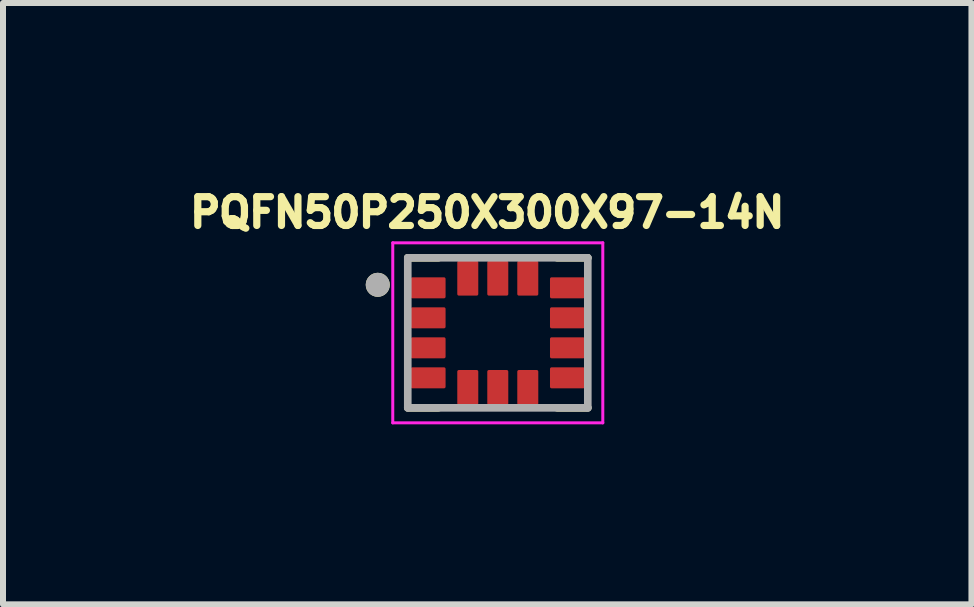
<source format=kicad_pcb>
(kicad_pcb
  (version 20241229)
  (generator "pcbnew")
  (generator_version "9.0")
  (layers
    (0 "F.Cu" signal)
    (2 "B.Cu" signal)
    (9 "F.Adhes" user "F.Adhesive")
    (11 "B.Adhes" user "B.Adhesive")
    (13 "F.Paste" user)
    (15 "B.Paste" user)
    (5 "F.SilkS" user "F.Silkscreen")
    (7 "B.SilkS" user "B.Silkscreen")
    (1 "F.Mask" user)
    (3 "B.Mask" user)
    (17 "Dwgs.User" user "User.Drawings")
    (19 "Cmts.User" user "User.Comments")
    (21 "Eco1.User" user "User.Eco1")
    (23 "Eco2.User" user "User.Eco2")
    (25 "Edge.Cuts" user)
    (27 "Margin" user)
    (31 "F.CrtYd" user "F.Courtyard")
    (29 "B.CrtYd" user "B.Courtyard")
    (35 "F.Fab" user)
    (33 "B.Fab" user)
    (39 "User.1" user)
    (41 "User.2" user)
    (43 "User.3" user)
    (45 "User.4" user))
  (footprint "PQFN50P250X300X97-14N"
    (layer "F.Cu")
    (at 5.245 2.496)
    (property "Reference" "PQFN50P250X300X97-14N" (at -0.176 -2.005 0) (layer "F.SilkS") (effects (font (size 0.48 0.48) (thickness 0.12))))
    (attr smd)
    (fp_poly (pts (xy -1.425 -0.975) (xy -0.895 -0.975) (xy -0.891 -0.975) (xy -0.887 -0.975) (xy -0.883 -0.974) (xy -0.879 -0.973) (xy -0.876 -0.972) (xy -0.872 -0.971) (xy -0.868 -0.97) (xy -0.864 -0.969) (xy -0.861 -0.967) (xy -0.857 -0.965) (xy -0.854 -0.963) (xy -0.851 -0.961) (xy -0.848 -0.958) (xy -0.845 -0.956) (xy -0.842 -0.953) (xy -0.839 -0.95) (xy -0.837 -0.947) (xy -0.834 -0.944) (xy -0.832 -0.941) (xy -0.83 -0.937) (xy -0.828 -0.934) (xy -0.826 -0.931) (xy -0.825 -0.927) (xy -0.824 -0.923) (xy -0.823 -0.919) (xy -0.822 -0.916) (xy -0.821 -0.912) (xy -0.82 -0.908) (xy -0.82 -0.904) (xy -0.82 -0.9) (xy -0.82 -0.6) (xy -0.82 -0.596) (xy -0.82 -0.592) (xy -0.821 -0.588) (xy -0.822 -0.584) (xy -0.823 -0.581) (xy -0.824 -0.577) (xy -0.825 -0.573) (xy -0.826 -0.569) (xy -0.828 -0.566) (xy -0.83 -0.563) (xy -0.832 -0.559) (xy -0.834 -0.556) (xy -0.837 -0.553) (xy -0.839 -0.55) (xy -0.842 -0.547) (xy -0.845 -0.544) (xy -0.848 -0.542) (xy -0.851 -0.539) (xy -0.854 -0.537) (xy -0.857 -0.535) (xy -0.861 -0.533) (xy -0.864 -0.531) (xy -0.868 -0.53) (xy -0.872 -0.529) (xy -0.876 -0.528) (xy -0.879 -0.527) (xy -0.883 -0.526) (xy -0.887 -0.525) (xy -0.891 -0.525) (xy -0.895 -0.525) (xy -1.425 -0.525) (xy -1.429 -0.525) (xy -1.433 -0.525) (xy -1.437 -0.526) (xy -1.441 -0.527) (xy -1.444 -0.528) (xy -1.448 -0.529) (xy -1.452 -0.53) (xy -1.456 -0.531) (xy -1.459 -0.533) (xy -1.462 -0.535) (xy -1.466 -0.537) (xy -1.469 -0.539) (xy -1.472 -0.542) (xy -1.475 -0.544) (xy -1.478 -0.547) (xy -1.481 -0.55) (xy -1.483 -0.553) (xy -1.486 -0.556) (xy -1.488 -0.559) (xy -1.49 -0.563) (xy -1.492 -0.566) (xy -1.494 -0.569) (xy -1.495 -0.573) (xy -1.496 -0.577) (xy -1.497 -0.581) (xy -1.498 -0.584) (xy -1.499 -0.588) (xy -1.5 -0.592) (xy -1.5 -0.596) (xy -1.5 -0.6) (xy -1.5 -0.9) (xy -1.5 -0.904) (xy -1.5 -0.908) (xy -1.499 -0.912) (xy -1.498 -0.916) (xy -1.497 -0.919) (xy -1.496 -0.923) (xy -1.495 -0.927) (xy -1.494 -0.931) (xy -1.492 -0.934) (xy -1.49 -0.938) (xy -1.488 -0.941) (xy -1.486 -0.944) (xy -1.483 -0.947) (xy -1.481 -0.95) (xy -1.478 -0.953) (xy -1.475 -0.956) (xy -1.472 -0.958) (xy -1.469 -0.961) (xy -1.466 -0.963) (xy -1.462 -0.965) (xy -1.459 -0.967) (xy -1.456 -0.969) (xy -1.452 -0.97) (xy -1.448 -0.971) (xy -1.444 -0.972) (xy -1.441 -0.973) (xy -1.437 -0.974) (xy -1.433 -0.975) (xy -1.429 -0.975) (xy -1.425 -0.975)) (stroke (width 0.01) (type solid)) (fill yes) (layer "F.Mask"))
    (fp_poly (pts (xy -1.425 -0.475) (xy -0.895 -0.475) (xy -0.891 -0.475) (xy -0.887 -0.475) (xy -0.883 -0.474) (xy -0.879 -0.473) (xy -0.876 -0.472) (xy -0.872 -0.471) (xy -0.868 -0.47) (xy -0.864 -0.469) (xy -0.861 -0.467) (xy -0.857 -0.465) (xy -0.854 -0.463) (xy -0.851 -0.461) (xy -0.848 -0.458) (xy -0.845 -0.456) (xy -0.842 -0.453) (xy -0.839 -0.45) (xy -0.837 -0.447) (xy -0.834 -0.444) (xy -0.832 -0.441) (xy -0.83 -0.437) (xy -0.828 -0.434) (xy -0.826 -0.431) (xy -0.825 -0.427) (xy -0.824 -0.423) (xy -0.823 -0.419) (xy -0.822 -0.416) (xy -0.821 -0.412) (xy -0.82 -0.408) (xy -0.82 -0.404) (xy -0.82 -0.4) (xy -0.82 -0.1) (xy -0.82 -0.096) (xy -0.82 -0.092) (xy -0.821 -0.088) (xy -0.822 -0.084) (xy -0.823 -0.081) (xy -0.824 -0.077) (xy -0.825 -0.073) (xy -0.826 -0.069) (xy -0.828 -0.066) (xy -0.83 -0.063) (xy -0.832 -0.059) (xy -0.834 -0.056) (xy -0.837 -0.053) (xy -0.839 -0.05) (xy -0.842 -0.047) (xy -0.845 -0.044) (xy -0.848 -0.042) (xy -0.851 -0.039) (xy -0.854 -0.037) (xy -0.857 -0.035) (xy -0.861 -0.033) (xy -0.864 -0.031) (xy -0.868 -0.03) (xy -0.872 -0.029) (xy -0.876 -0.028) (xy -0.879 -0.027) (xy -0.883 -0.026) (xy -0.887 -0.025) (xy -0.891 -0.025) (xy -0.895 -0.025) (xy -1.425 -0.025) (xy -1.429 -0.025) (xy -1.433 -0.025) (xy -1.437 -0.026) (xy -1.441 -0.027) (xy -1.444 -0.028) (xy -1.448 -0.029) (xy -1.452 -0.03) (xy -1.456 -0.031) (xy -1.459 -0.033) (xy -1.462 -0.035) (xy -1.466 -0.037) (xy -1.469 -0.039) (xy -1.472 -0.042) (xy -1.475 -0.044) (xy -1.478 -0.047) (xy -1.481 -0.05) (xy -1.483 -0.053) (xy -1.486 -0.056) (xy -1.488 -0.059) (xy -1.49 -0.062) (xy -1.492 -0.066) (xy -1.494 -0.069) (xy -1.495 -0.073) (xy -1.496 -0.077) (xy -1.497 -0.081) (xy -1.498 -0.084) (xy -1.499 -0.088) (xy -1.5 -0.092) (xy -1.5 -0.096) (xy -1.5 -0.1) (xy -1.5 -0.4) (xy -1.5 -0.404) (xy -1.5 -0.408) (xy -1.499 -0.412) (xy -1.498 -0.416) (xy -1.497 -0.419) (xy -1.496 -0.423) (xy -1.495 -0.427) (xy -1.494 -0.431) (xy -1.492 -0.434) (xy -1.49 -0.438) (xy -1.488 -0.441) (xy -1.486 -0.444) (xy -1.483 -0.447) (xy -1.481 -0.45) (xy -1.478 -0.453) (xy -1.475 -0.456) (xy -1.472 -0.458) (xy -1.469 -0.461) (xy -1.466 -0.463) (xy -1.462 -0.465) (xy -1.459 -0.467) (xy -1.456 -0.469) (xy -1.452 -0.47) (xy -1.448 -0.471) (xy -1.444 -0.472) (xy -1.441 -0.473) (xy -1.437 -0.474) (xy -1.433 -0.475) (xy -1.429 -0.475) (xy -1.425 -0.475)) (stroke (width 0.01) (type solid)) (fill yes) (layer "F.Mask"))
    (fp_poly (pts (xy -1.425 0.025) (xy -0.895 0.025) (xy -0.891 0.025) (xy -0.887 0.025) (xy -0.883 0.026) (xy -0.879 0.027) (xy -0.876 0.028) (xy -0.872 0.029) (xy -0.868 0.03) (xy -0.864 0.031) (xy -0.861 0.033) (xy -0.857 0.035) (xy -0.854 0.037) (xy -0.851 0.039) (xy -0.848 0.042) (xy -0.845 0.044) (xy -0.842 0.047) (xy -0.839 0.05) (xy -0.837 0.053) (xy -0.834 0.056) (xy -0.832 0.059) (xy -0.83 0.063) (xy -0.828 0.066) (xy -0.826 0.069) (xy -0.825 0.073) (xy -0.824 0.077) (xy -0.823 0.081) (xy -0.822 0.084) (xy -0.821 0.088) (xy -0.82 0.092) (xy -0.82 0.096) (xy -0.82 0.1) (xy -0.82 0.4) (xy -0.82 0.404) (xy -0.82 0.408) (xy -0.821 0.412) (xy -0.822 0.416) (xy -0.823 0.419) (xy -0.824 0.423) (xy -0.825 0.427) (xy -0.826 0.431) (xy -0.828 0.434) (xy -0.83 0.437) (xy -0.832 0.441) (xy -0.834 0.444) (xy -0.837 0.447) (xy -0.839 0.45) (xy -0.842 0.453) (xy -0.845 0.456) (xy -0.848 0.458) (xy -0.851 0.461) (xy -0.854 0.463) (xy -0.857 0.465) (xy -0.861 0.467) (xy -0.864 0.469) (xy -0.868 0.47) (xy -0.872 0.471) (xy -0.876 0.472) (xy -0.879 0.473) (xy -0.883 0.474) (xy -0.887 0.475) (xy -0.891 0.475) (xy -0.895 0.475) (xy -1.425 0.475) (xy -1.429 0.475) (xy -1.433 0.475) (xy -1.437 0.474) (xy -1.441 0.473) (xy -1.444 0.472) (xy -1.448 0.471) (xy -1.452 0.47) (xy -1.456 0.469) (xy -1.459 0.467) (xy -1.462 0.465) (xy -1.466 0.463) (xy -1.469 0.461) (xy -1.472 0.458) (xy -1.475 0.456) (xy -1.478 0.453) (xy -1.481 0.45) (xy -1.483 0.447) (xy -1.486 0.444) (xy -1.488 0.441) (xy -1.49 0.438) (xy -1.492 0.434) (xy -1.494 0.431) (xy -1.495 0.427) (xy -1.496 0.423) (xy -1.497 0.419) (xy -1.498 0.416) (xy -1.499 0.412) (xy -1.5 0.408) (xy -1.5 0.404) (xy -1.5 0.4) (xy -1.5 0.1) (xy -1.5 0.096) (xy -1.5 0.092) (xy -1.499 0.088) (xy -1.498 0.084) (xy -1.497 0.081) (xy -1.496 0.077) (xy -1.495 0.073) (xy -1.494 0.069) (xy -1.492 0.066) (xy -1.49 0.062) (xy -1.488 0.059) (xy -1.486 0.056) (xy -1.483 0.053) (xy -1.481 0.05) (xy -1.478 0.047) (xy -1.475 0.044) (xy -1.472 0.042) (xy -1.469 0.039) (xy -1.466 0.037) (xy -1.462 0.035) (xy -1.459 0.033) (xy -1.456 0.031) (xy -1.452 0.03) (xy -1.448 0.029) (xy -1.444 0.028) (xy -1.441 0.027) (xy -1.437 0.026) (xy -1.433 0.025) (xy -1.429 0.025) (xy -1.425 0.025)) (stroke (width 0.01) (type solid)) (fill yes) (layer "F.Mask"))
    (fp_poly (pts (xy -1.425 0.525) (xy -0.895 0.525) (xy -0.891 0.525) (xy -0.887 0.525) (xy -0.883 0.526) (xy -0.879 0.527) (xy -0.876 0.528) (xy -0.872 0.529) (xy -0.868 0.53) (xy -0.864 0.531) (xy -0.861 0.533) (xy -0.857 0.535) (xy -0.854 0.537) (xy -0.851 0.539) (xy -0.848 0.542) (xy -0.845 0.544) (xy -0.842 0.547) (xy -0.839 0.55) (xy -0.837 0.553) (xy -0.834 0.556) (xy -0.832 0.559) (xy -0.83 0.563) (xy -0.828 0.566) (xy -0.826 0.569) (xy -0.825 0.573) (xy -0.824 0.577) (xy -0.823 0.581) (xy -0.822 0.584) (xy -0.821 0.588) (xy -0.82 0.592) (xy -0.82 0.596) (xy -0.82 0.6) (xy -0.82 0.9) (xy -0.82 0.904) (xy -0.82 0.908) (xy -0.821 0.912) (xy -0.822 0.916) (xy -0.823 0.919) (xy -0.824 0.923) (xy -0.825 0.927) (xy -0.826 0.931) (xy -0.828 0.934) (xy -0.83 0.937) (xy -0.832 0.941) (xy -0.834 0.944) (xy -0.837 0.947) (xy -0.839 0.95) (xy -0.842 0.953) (xy -0.845 0.956) (xy -0.848 0.958) (xy -0.851 0.961) (xy -0.854 0.963) (xy -0.857 0.965) (xy -0.861 0.967) (xy -0.864 0.969) (xy -0.868 0.97) (xy -0.872 0.971) (xy -0.876 0.972) (xy -0.879 0.973) (xy -0.883 0.974) (xy -0.887 0.975) (xy -0.891 0.975) (xy -0.895 0.975) (xy -1.425 0.975) (xy -1.429 0.975) (xy -1.433 0.975) (xy -1.437 0.974) (xy -1.441 0.973) (xy -1.444 0.972) (xy -1.448 0.971) (xy -1.452 0.97) (xy -1.456 0.969) (xy -1.459 0.967) (xy -1.462 0.965) (xy -1.466 0.963) (xy -1.469 0.961) (xy -1.472 0.958) (xy -1.475 0.956) (xy -1.478 0.953) (xy -1.481 0.95) (xy -1.483 0.947) (xy -1.486 0.944) (xy -1.488 0.941) (xy -1.49 0.938) (xy -1.492 0.934) (xy -1.494 0.931) (xy -1.495 0.927) (xy -1.496 0.923) (xy -1.497 0.919) (xy -1.498 0.916) (xy -1.499 0.912) (xy -1.5 0.908) (xy -1.5 0.904) (xy -1.5 0.9) (xy -1.5 0.6) (xy -1.5 0.596) (xy -1.5 0.592) (xy -1.499 0.588) (xy -1.498 0.584) (xy -1.497 0.581) (xy -1.496 0.577) (xy -1.495 0.573) (xy -1.494 0.569) (xy -1.492 0.566) (xy -1.49 0.563) (xy -1.488 0.559) (xy -1.486 0.556) (xy -1.483 0.553) (xy -1.481 0.55) (xy -1.478 0.547) (xy -1.475 0.544) (xy -1.472 0.542) (xy -1.469 0.539) (xy -1.466 0.537) (xy -1.462 0.535) (xy -1.459 0.533) (xy -1.456 0.531) (xy -1.452 0.53) (xy -1.448 0.529) (xy -1.444 0.528) (xy -1.441 0.527) (xy -1.437 0.526) (xy -1.433 0.525) (xy -1.429 0.525) (xy -1.425 0.525)) (stroke (width 0.01) (type solid)) (fill yes) (layer "F.Mask"))
    (fp_poly (pts (xy -0.725 -0.645) (xy -0.725 -1.175) (xy -0.725 -1.179) (xy -0.725 -1.183) (xy -0.724 -1.187) (xy -0.723 -1.191) (xy -0.722 -1.194) (xy -0.721 -1.198) (xy -0.72 -1.202) (xy -0.719 -1.206) (xy -0.717 -1.209) (xy -0.715 -1.212) (xy -0.713 -1.216) (xy -0.711 -1.219) (xy -0.708 -1.222) (xy -0.706 -1.225) (xy -0.703 -1.228) (xy -0.7 -1.231) (xy -0.697 -1.233) (xy -0.694 -1.236) (xy -0.691 -1.238) (xy -0.688 -1.24) (xy -0.684 -1.242) (xy -0.681 -1.244) (xy -0.677 -1.245) (xy -0.673 -1.246) (xy -0.669 -1.247) (xy -0.666 -1.248) (xy -0.662 -1.249) (xy -0.658 -1.25) (xy -0.654 -1.25) (xy -0.65 -1.25) (xy -0.35 -1.25) (xy -0.346 -1.25) (xy -0.342 -1.25) (xy -0.338 -1.249) (xy -0.334 -1.248) (xy -0.331 -1.247) (xy -0.327 -1.246) (xy -0.323 -1.245) (xy -0.319 -1.244) (xy -0.316 -1.242) (xy -0.313 -1.24) (xy -0.309 -1.238) (xy -0.306 -1.236) (xy -0.303 -1.233) (xy -0.3 -1.231) (xy -0.297 -1.228) (xy -0.294 -1.225) (xy -0.292 -1.222) (xy -0.289 -1.219) (xy -0.287 -1.216) (xy -0.285 -1.212) (xy -0.283 -1.209) (xy -0.281 -1.206) (xy -0.28 -1.202) (xy -0.279 -1.198) (xy -0.278 -1.194) (xy -0.277 -1.191) (xy -0.276 -1.187) (xy -0.275 -1.183) (xy -0.275 -1.179) (xy -0.275 -1.175) (xy -0.275 -0.645) (xy -0.275 -0.641) (xy -0.275 -0.637) (xy -0.276 -0.633) (xy -0.277 -0.629) (xy -0.278 -0.626) (xy -0.279 -0.622) (xy -0.28 -0.618) (xy -0.281 -0.614) (xy -0.283 -0.611) (xy -0.285 -0.607) (xy -0.287 -0.604) (xy -0.289 -0.601) (xy -0.292 -0.598) (xy -0.294 -0.595) (xy -0.297 -0.592) (xy -0.3 -0.589) (xy -0.303 -0.587) (xy -0.306 -0.584) (xy -0.309 -0.582) (xy -0.313 -0.58) (xy -0.316 -0.578) (xy -0.319 -0.576) (xy -0.323 -0.575) (xy -0.327 -0.574) (xy -0.331 -0.573) (xy -0.334 -0.572) (xy -0.338 -0.571) (xy -0.342 -0.57) (xy -0.346 -0.57) (xy -0.35 -0.57) (xy -0.65 -0.57) (xy -0.654 -0.57) (xy -0.658 -0.57) (xy -0.662 -0.571) (xy -0.666 -0.572) (xy -0.669 -0.573) (xy -0.673 -0.574) (xy -0.677 -0.575) (xy -0.681 -0.576) (xy -0.684 -0.578) (xy -0.688 -0.58) (xy -0.691 -0.582) (xy -0.694 -0.584) (xy -0.697 -0.587) (xy -0.7 -0.589) (xy -0.703 -0.592) (xy -0.706 -0.595) (xy -0.708 -0.598) (xy -0.711 -0.601) (xy -0.713 -0.604) (xy -0.715 -0.607) (xy -0.717 -0.611) (xy -0.719 -0.614) (xy -0.72 -0.618) (xy -0.721 -0.622) (xy -0.722 -0.626) (xy -0.723 -0.629) (xy -0.724 -0.633) (xy -0.725 -0.637) (xy -0.725 -0.641) (xy -0.725 -0.645)) (stroke (width 0.01) (type solid)) (fill yes) (layer "F.Mask"))
    (fp_poly (pts (xy -0.275 0.645) (xy -0.275 1.175) (xy -0.275 1.179) (xy -0.275 1.183) (xy -0.276 1.187) (xy -0.277 1.191) (xy -0.278 1.194) (xy -0.279 1.198) (xy -0.28 1.202) (xy -0.281 1.206) (xy -0.283 1.209) (xy -0.285 1.212) (xy -0.287 1.216) (xy -0.289 1.219) (xy -0.292 1.222) (xy -0.294 1.225) (xy -0.297 1.228) (xy -0.3 1.231) (xy -0.303 1.233) (xy -0.306 1.236) (xy -0.309 1.238) (xy -0.313 1.24) (xy -0.316 1.242) (xy -0.319 1.244) (xy -0.323 1.245) (xy -0.327 1.246) (xy -0.331 1.247) (xy -0.334 1.248) (xy -0.338 1.249) (xy -0.342 1.25) (xy -0.346 1.25) (xy -0.35 1.25) (xy -0.65 1.25) (xy -0.654 1.25) (xy -0.658 1.25) (xy -0.662 1.249) (xy -0.666 1.248) (xy -0.669 1.247) (xy -0.673 1.246) (xy -0.677 1.245) (xy -0.681 1.244) (xy -0.684 1.242) (xy -0.688 1.24) (xy -0.691 1.238) (xy -0.694 1.236) (xy -0.697 1.233) (xy -0.7 1.231) (xy -0.703 1.228) (xy -0.706 1.225) (xy -0.708 1.222) (xy -0.711 1.219) (xy -0.713 1.216) (xy -0.715 1.212) (xy -0.717 1.209) (xy -0.719 1.206) (xy -0.72 1.202) (xy -0.721 1.198) (xy -0.722 1.194) (xy -0.723 1.191) (xy -0.724 1.187) (xy -0.725 1.183) (xy -0.725 1.179) (xy -0.725 1.175) (xy -0.725 0.645) (xy -0.725 0.641) (xy -0.725 0.637) (xy -0.724 0.633) (xy -0.723 0.629) (xy -0.722 0.626) (xy -0.721 0.622) (xy -0.72 0.618) (xy -0.719 0.614) (xy -0.717 0.611) (xy -0.715 0.607) (xy -0.713 0.604) (xy -0.711 0.601) (xy -0.708 0.598) (xy -0.706 0.595) (xy -0.703 0.592) (xy -0.7 0.589) (xy -0.697 0.587) (xy -0.694 0.584) (xy -0.691 0.582) (xy -0.687 0.58) (xy -0.684 0.578) (xy -0.681 0.576) (xy -0.677 0.575) (xy -0.673 0.574) (xy -0.669 0.573) (xy -0.666 0.572) (xy -0.662 0.571) (xy -0.658 0.57) (xy -0.654 0.57) (xy -0.65 0.57) (xy -0.35 0.57) (xy -0.346 0.57) (xy -0.342 0.57) (xy -0.338 0.571) (xy -0.334 0.572) (xy -0.331 0.573) (xy -0.327 0.574) (xy -0.323 0.575) (xy -0.319 0.576) (xy -0.316 0.578) (xy -0.313 0.58) (xy -0.309 0.582) (xy -0.306 0.584) (xy -0.303 0.587) (xy -0.3 0.589) (xy -0.297 0.592) (xy -0.294 0.595) (xy -0.292 0.598) (xy -0.289 0.601) (xy -0.287 0.604) (xy -0.285 0.607) (xy -0.283 0.611) (xy -0.281 0.614) (xy -0.28 0.618) (xy -0.279 0.622) (xy -0.278 0.626) (xy -0.277 0.629) (xy -0.276 0.633) (xy -0.275 0.637) (xy -0.275 0.641) (xy -0.275 0.645)) (stroke (width 0.01) (type solid)) (fill yes) (layer "F.Mask"))
    (fp_poly (pts (xy 0.15 -0.57) (xy -0.15 -0.57) (xy -0.154 -0.57) (xy -0.158 -0.57) (xy -0.162 -0.571) (xy -0.166 -0.572) (xy -0.169 -0.573) (xy -0.173 -0.574) (xy -0.177 -0.575) (xy -0.181 -0.576) (xy -0.184 -0.578) (xy -0.188 -0.58) (xy -0.191 -0.582) (xy -0.194 -0.584) (xy -0.197 -0.587) (xy -0.2 -0.589) (xy -0.203 -0.592) (xy -0.206 -0.595) (xy -0.208 -0.598) (xy -0.211 -0.601) (xy -0.213 -0.604) (xy -0.215 -0.607) (xy -0.217 -0.611) (xy -0.219 -0.614) (xy -0.22 -0.618) (xy -0.221 -0.622) (xy -0.222 -0.626) (xy -0.223 -0.629) (xy -0.224 -0.633) (xy -0.225 -0.637) (xy -0.225 -0.641) (xy -0.225 -0.645) (xy -0.225 -1.175) (xy -0.225 -1.179) (xy -0.225 -1.183) (xy -0.224 -1.187) (xy -0.223 -1.191) (xy -0.222 -1.194) (xy -0.221 -1.198) (xy -0.22 -1.202) (xy -0.219 -1.206) (xy -0.217 -1.209) (xy -0.215 -1.212) (xy -0.213 -1.216) (xy -0.211 -1.219) (xy -0.208 -1.222) (xy -0.206 -1.225) (xy -0.203 -1.228) (xy -0.2 -1.231) (xy -0.197 -1.233) (xy -0.194 -1.236) (xy -0.191 -1.238) (xy -0.188 -1.24) (xy -0.184 -1.242) (xy -0.181 -1.244) (xy -0.177 -1.245) (xy -0.173 -1.246) (xy -0.169 -1.247) (xy -0.166 -1.248) (xy -0.162 -1.249) (xy -0.158 -1.25) (xy -0.154 -1.25) (xy -0.15 -1.25) (xy 0.15 -1.25) (xy 0.154 -1.25) (xy 0.158 -1.25) (xy 0.162 -1.249) (xy 0.166 -1.248) (xy 0.169 -1.247) (xy 0.173 -1.246) (xy 0.177 -1.245) (xy 0.181 -1.244) (xy 0.184 -1.242) (xy 0.188 -1.24) (xy 0.191 -1.238) (xy 0.194 -1.236) (xy 0.197 -1.233) (xy 0.2 -1.231) (xy 0.203 -1.228) (xy 0.206 -1.225) (xy 0.208 -1.222) (xy 0.211 -1.219) (xy 0.213 -1.216) (xy 0.215 -1.212) (xy 0.217 -1.209) (xy 0.219 -1.206) (xy 0.22 -1.202) (xy 0.221 -1.198) (xy 0.222 -1.194) (xy 0.223 -1.191) (xy 0.224 -1.187) (xy 0.225 -1.183) (xy 0.225 -1.179) (xy 0.225 -1.175) (xy 0.225 -0.645) (xy 0.225 -0.641) (xy 0.225 -0.637) (xy 0.224 -0.633) (xy 0.223 -0.629) (xy 0.222 -0.626) (xy 0.221 -0.622) (xy 0.22 -0.618) (xy 0.219 -0.614) (xy 0.217 -0.611) (xy 0.215 -0.607) (xy 0.213 -0.604) (xy 0.211 -0.601) (xy 0.208 -0.598) (xy 0.206 -0.595) (xy 0.203 -0.592) (xy 0.2 -0.589) (xy 0.197 -0.587) (xy 0.194 -0.584) (xy 0.191 -0.582) (xy 0.188 -0.58) (xy 0.184 -0.578) (xy 0.181 -0.576) (xy 0.177 -0.575) (xy 0.173 -0.574) (xy 0.169 -0.573) (xy 0.166 -0.572) (xy 0.162 -0.571) (xy 0.158 -0.57) (xy 0.154 -0.57) (xy 0.15 -0.57)) (stroke (width 0.01) (type solid)) (fill yes) (layer "F.Mask"))
    (fp_poly (pts (xy 0.225 0.645) (xy 0.225 1.175) (xy 0.225 1.179) (xy 0.225 1.183) (xy 0.224 1.187) (xy 0.223 1.191) (xy 0.222 1.194) (xy 0.221 1.198) (xy 0.22 1.202) (xy 0.219 1.206) (xy 0.217 1.209) (xy 0.215 1.212) (xy 0.213 1.216) (xy 0.211 1.219) (xy 0.208 1.222) (xy 0.206 1.225) (xy 0.203 1.228) (xy 0.2 1.231) (xy 0.197 1.233) (xy 0.194 1.236) (xy 0.191 1.238) (xy 0.188 1.24) (xy 0.184 1.242) (xy 0.181 1.244) (xy 0.177 1.245) (xy 0.173 1.246) (xy 0.169 1.247) (xy 0.166 1.248) (xy 0.162 1.249) (xy 0.158 1.25) (xy 0.154 1.25) (xy 0.15 1.25) (xy -0.15 1.25) (xy -0.154 1.25) (xy -0.158 1.25) (xy -0.162 1.249) (xy -0.166 1.248) (xy -0.169 1.247) (xy -0.173 1.246) (xy -0.177 1.245) (xy -0.181 1.244) (xy -0.184 1.242) (xy -0.188 1.24) (xy -0.191 1.238) (xy -0.194 1.236) (xy -0.197 1.233) (xy -0.2 1.231) (xy -0.203 1.228) (xy -0.206 1.225) (xy -0.208 1.222) (xy -0.211 1.219) (xy -0.213 1.216) (xy -0.215 1.212) (xy -0.217 1.209) (xy -0.219 1.206) (xy -0.22 1.202) (xy -0.221 1.198) (xy -0.222 1.194) (xy -0.223 1.191) (xy -0.224 1.187) (xy -0.225 1.183) (xy -0.225 1.179) (xy -0.225 1.175) (xy -0.225 0.645) (xy -0.225 0.641) (xy -0.225 0.637) (xy -0.224 0.633) (xy -0.223 0.629) (xy -0.222 0.626) (xy -0.221 0.622) (xy -0.22 0.618) (xy -0.219 0.614) (xy -0.217 0.611) (xy -0.215 0.607) (xy -0.213 0.604) (xy -0.211 0.601) (xy -0.208 0.598) (xy -0.206 0.595) (xy -0.203 0.592) (xy -0.2 0.589) (xy -0.197 0.587) (xy -0.194 0.584) (xy -0.191 0.582) (xy -0.187 0.58) (xy -0.184 0.578) (xy -0.181 0.576) (xy -0.177 0.575) (xy -0.173 0.574) (xy -0.169 0.573) (xy -0.166 0.572) (xy -0.162 0.571) (xy -0.158 0.57) (xy -0.154 0.57) (xy -0.15 0.57) (xy 0.15 0.57) (xy 0.154 0.57) (xy 0.158 0.57) (xy 0.162 0.571) (xy 0.166 0.572) (xy 0.169 0.573) (xy 0.173 0.574) (xy 0.177 0.575) (xy 0.181 0.576) (xy 0.184 0.578) (xy 0.188 0.58) (xy 0.191 0.582) (xy 0.194 0.584) (xy 0.197 0.587) (xy 0.2 0.589) (xy 0.203 0.592) (xy 0.206 0.595) (xy 0.208 0.598) (xy 0.211 0.601) (xy 0.213 0.604) (xy 0.215 0.607) (xy 0.217 0.611) (xy 0.219 0.614) (xy 0.22 0.618) (xy 0.221 0.622) (xy 0.222 0.626) (xy 0.223 0.629) (xy 0.224 0.633) (xy 0.225 0.637) (xy 0.225 0.641) (xy 0.225 0.645)) (stroke (width 0.01) (type solid)) (fill yes) (layer "F.Mask"))
    (fp_poly (pts (xy 0.275 -0.645) (xy 0.275 -1.175) (xy 0.275 -1.179) (xy 0.275 -1.183) (xy 0.276 -1.187) (xy 0.277 -1.191) (xy 0.278 -1.194) (xy 0.279 -1.198) (xy 0.28 -1.202) (xy 0.281 -1.206) (xy 0.283 -1.209) (xy 0.285 -1.212) (xy 0.287 -1.216) (xy 0.289 -1.219) (xy 0.292 -1.222) (xy 0.294 -1.225) (xy 0.297 -1.228) (xy 0.3 -1.231) (xy 0.303 -1.233) (xy 0.306 -1.236) (xy 0.309 -1.238) (xy 0.313 -1.24) (xy 0.316 -1.242) (xy 0.319 -1.244) (xy 0.323 -1.245) (xy 0.327 -1.246) (xy 0.331 -1.247) (xy 0.334 -1.248) (xy 0.338 -1.249) (xy 0.342 -1.25) (xy 0.346 -1.25) (xy 0.35 -1.25) (xy 0.65 -1.25) (xy 0.654 -1.25) (xy 0.658 -1.25) (xy 0.662 -1.249) (xy 0.666 -1.248) (xy 0.669 -1.247) (xy 0.673 -1.246) (xy 0.677 -1.245) (xy 0.681 -1.244) (xy 0.684 -1.242) (xy 0.688 -1.24) (xy 0.691 -1.238) (xy 0.694 -1.236) (xy 0.697 -1.233) (xy 0.7 -1.231) (xy 0.703 -1.228) (xy 0.706 -1.225) (xy 0.708 -1.222) (xy 0.711 -1.219) (xy 0.713 -1.216) (xy 0.715 -1.212) (xy 0.717 -1.209) (xy 0.719 -1.206) (xy 0.72 -1.202) (xy 0.721 -1.198) (xy 0.722 -1.194) (xy 0.723 -1.191) (xy 0.724 -1.187) (xy 0.725 -1.183) (xy 0.725 -1.179) (xy 0.725 -1.175) (xy 0.725 -0.645) (xy 0.725 -0.641) (xy 0.725 -0.637) (xy 0.724 -0.633) (xy 0.723 -0.629) (xy 0.722 -0.626) (xy 0.721 -0.622) (xy 0.72 -0.618) (xy 0.719 -0.614) (xy 0.717 -0.611) (xy 0.715 -0.607) (xy 0.713 -0.604) (xy 0.711 -0.601) (xy 0.708 -0.598) (xy 0.706 -0.595) (xy 0.703 -0.592) (xy 0.7 -0.589) (xy 0.697 -0.587) (xy 0.694 -0.584) (xy 0.691 -0.582) (xy 0.687 -0.58) (xy 0.684 -0.578) (xy 0.681 -0.576) (xy 0.677 -0.575) (xy 0.673 -0.574) (xy 0.669 -0.573) (xy 0.666 -0.572) (xy 0.662 -0.571) (xy 0.658 -0.57) (xy 0.654 -0.57) (xy 0.65 -0.57) (xy 0.35 -0.57) (xy 0.346 -0.57) (xy 0.342 -0.57) (xy 0.338 -0.571) (xy 0.334 -0.572) (xy 0.331 -0.573) (xy 0.327 -0.574) (xy 0.323 -0.575) (xy 0.319 -0.576) (xy 0.316 -0.578) (xy 0.313 -0.58) (xy 0.309 -0.582) (xy 0.306 -0.584) (xy 0.303 -0.587) (xy 0.3 -0.589) (xy 0.297 -0.592) (xy 0.294 -0.595) (xy 0.292 -0.598) (xy 0.289 -0.601) (xy 0.287 -0.604) (xy 0.285 -0.607) (xy 0.283 -0.611) (xy 0.281 -0.614) (xy 0.28 -0.618) (xy 0.279 -0.622) (xy 0.278 -0.626) (xy 0.277 -0.629) (xy 0.276 -0.633) (xy 0.275 -0.637) (xy 0.275 -0.641) (xy 0.275 -0.645)) (stroke (width 0.01) (type solid)) (fill yes) (layer "F.Mask"))
    (fp_poly (pts (xy 0.275 1.175) (xy 0.275 0.645) (xy 0.275 0.641) (xy 0.275 0.637) (xy 0.276 0.633) (xy 0.277 0.629) (xy 0.278 0.626) (xy 0.279 0.622) (xy 0.28 0.618) (xy 0.281 0.614) (xy 0.283 0.611) (xy 0.285 0.607) (xy 0.287 0.604) (xy 0.289 0.601) (xy 0.292 0.598) (xy 0.294 0.595) (xy 0.297 0.592) (xy 0.3 0.589) (xy 0.303 0.587) (xy 0.306 0.584) (xy 0.309 0.582) (xy 0.313 0.58) (xy 0.316 0.578) (xy 0.319 0.576) (xy 0.323 0.575) (xy 0.327 0.574) (xy 0.331 0.573) (xy 0.334 0.572) (xy 0.338 0.571) (xy 0.342 0.57) (xy 0.346 0.57) (xy 0.35 0.57) (xy 0.65 0.57) (xy 0.654 0.57) (xy 0.658 0.57) (xy 0.662 0.571) (xy 0.666 0.572) (xy 0.669 0.573) (xy 0.673 0.574) (xy 0.677 0.575) (xy 0.681 0.576) (xy 0.684 0.578) (xy 0.687 0.58) (xy 0.691 0.582) (xy 0.694 0.584) (xy 0.697 0.587) (xy 0.7 0.589) (xy 0.703 0.592) (xy 0.706 0.595) (xy 0.708 0.598) (xy 0.711 0.601) (xy 0.713 0.604) (xy 0.715 0.607) (xy 0.717 0.611) (xy 0.719 0.614) (xy 0.72 0.618) (xy 0.721 0.622) (xy 0.722 0.626) (xy 0.723 0.629) (xy 0.724 0.633) (xy 0.725 0.637) (xy 0.725 0.641) (xy 0.725 0.645) (xy 0.725 1.175) (xy 0.725 1.179) (xy 0.725 1.183) (xy 0.724 1.187) (xy 0.723 1.191) (xy 0.722 1.194) (xy 0.721 1.198) (xy 0.72 1.202) (xy 0.719 1.206) (xy 0.717 1.209) (xy 0.715 1.212) (xy 0.713 1.216) (xy 0.711 1.219) (xy 0.708 1.222) (xy 0.706 1.225) (xy 0.703 1.228) (xy 0.7 1.231) (xy 0.697 1.233) (xy 0.694 1.236) (xy 0.691 1.238) (xy 0.688 1.24) (xy 0.684 1.242) (xy 0.681 1.244) (xy 0.677 1.245) (xy 0.673 1.246) (xy 0.669 1.247) (xy 0.666 1.248) (xy 0.662 1.249) (xy 0.658 1.25) (xy 0.654 1.25) (xy 0.65 1.25) (xy 0.35 1.25) (xy 0.346 1.25) (xy 0.342 1.25) (xy 0.338 1.249) (xy 0.334 1.248) (xy 0.331 1.247) (xy 0.327 1.246) (xy 0.323 1.245) (xy 0.319 1.244) (xy 0.316 1.242) (xy 0.313 1.24) (xy 0.309 1.238) (xy 0.306 1.236) (xy 0.303 1.233) (xy 0.3 1.231) (xy 0.297 1.228) (xy 0.294 1.225) (xy 0.292 1.222) (xy 0.289 1.219) (xy 0.287 1.216) (xy 0.285 1.212) (xy 0.283 1.209) (xy 0.281 1.206) (xy 0.28 1.202) (xy 0.279 1.198) (xy 0.278 1.194) (xy 0.277 1.191) (xy 0.276 1.187) (xy 0.275 1.183) (xy 0.275 1.179) (xy 0.275 1.175)) (stroke (width 0.01) (type solid)) (fill yes) (layer "F.Mask"))
    (fp_poly (pts (xy 0.82 0.9) (xy 0.82 0.6) (xy 0.82 0.596) (xy 0.82 0.592) (xy 0.821 0.588) (xy 0.822 0.584) (xy 0.823 0.581) (xy 0.824 0.577) (xy 0.825 0.573) (xy 0.826 0.569) (xy 0.828 0.566) (xy 0.83 0.563) (xy 0.832 0.559) (xy 0.834 0.556) (xy 0.837 0.553) (xy 0.839 0.55) (xy 0.842 0.547) (xy 0.845 0.544) (xy 0.848 0.542) (xy 0.851 0.539) (xy 0.854 0.537) (xy 0.857 0.535) (xy 0.861 0.533) (xy 0.864 0.531) (xy 0.868 0.53) (xy 0.872 0.529) (xy 0.876 0.528) (xy 0.879 0.527) (xy 0.883 0.526) (xy 0.887 0.525) (xy 0.891 0.525) (xy 0.895 0.525) (xy 1.425 0.525) (xy 1.429 0.525) (xy 1.433 0.525) (xy 1.437 0.526) (xy 1.441 0.527) (xy 1.444 0.528) (xy 1.448 0.529) (xy 1.452 0.53) (xy 1.456 0.531) (xy 1.459 0.533) (xy 1.462 0.535) (xy 1.466 0.537) (xy 1.469 0.539) (xy 1.472 0.542) (xy 1.475 0.544) (xy 1.478 0.547) (xy 1.481 0.55) (xy 1.483 0.553) (xy 1.486 0.556) (xy 1.488 0.559) (xy 1.49 0.563) (xy 1.492 0.566) (xy 1.494 0.569) (xy 1.495 0.573) (xy 1.496 0.577) (xy 1.497 0.581) (xy 1.498 0.584) (xy 1.499 0.588) (xy 1.5 0.592) (xy 1.5 0.596) (xy 1.5 0.6) (xy 1.5 0.9) (xy 1.5 0.904) (xy 1.5 0.908) (xy 1.499 0.912) (xy 1.498 0.916) (xy 1.497 0.919) (xy 1.496 0.923) (xy 1.495 0.927) (xy 1.494 0.931) (xy 1.492 0.934) (xy 1.49 0.938) (xy 1.488 0.941) (xy 1.486 0.944) (xy 1.483 0.947) (xy 1.481 0.95) (xy 1.478 0.953) (xy 1.475 0.956) (xy 1.472 0.958) (xy 1.469 0.961) (xy 1.466 0.963) (xy 1.462 0.965) (xy 1.459 0.967) (xy 1.456 0.969) (xy 1.452 0.97) (xy 1.448 0.971) (xy 1.444 0.972) (xy 1.441 0.973) (xy 1.437 0.974) (xy 1.433 0.975) (xy 1.429 0.975) (xy 1.425 0.975) (xy 0.895 0.975) (xy 0.891 0.975) (xy 0.887 0.975) (xy 0.883 0.974) (xy 0.879 0.973) (xy 0.876 0.972) (xy 0.872 0.971) (xy 0.868 0.97) (xy 0.864 0.969) (xy 0.861 0.967) (xy 0.857 0.965) (xy 0.854 0.963) (xy 0.851 0.961) (xy 0.848 0.958) (xy 0.845 0.956) (xy 0.842 0.953) (xy 0.839 0.95) (xy 0.837 0.947) (xy 0.834 0.944) (xy 0.832 0.941) (xy 0.83 0.937) (xy 0.828 0.934) (xy 0.826 0.931) (xy 0.825 0.927) (xy 0.824 0.923) (xy 0.823 0.919) (xy 0.822 0.916) (xy 0.821 0.912) (xy 0.82 0.908) (xy 0.82 0.904) (xy 0.82 0.9)) (stroke (width 0.01) (type solid)) (fill yes) (layer "F.Mask"))
    (fp_poly (pts (xy 0.895 -0.975) (xy 1.425 -0.975) (xy 1.429 -0.975) (xy 1.433 -0.975) (xy 1.437 -0.974) (xy 1.441 -0.973) (xy 1.444 -0.972) (xy 1.448 -0.971) (xy 1.452 -0.97) (xy 1.456 -0.969) (xy 1.459 -0.967) (xy 1.462 -0.965) (xy 1.466 -0.963) (xy 1.469 -0.961) (xy 1.472 -0.958) (xy 1.475 -0.956) (xy 1.478 -0.953) (xy 1.481 -0.95) (xy 1.483 -0.947) (xy 1.486 -0.944) (xy 1.488 -0.941) (xy 1.49 -0.938) (xy 1.492 -0.934) (xy 1.494 -0.931) (xy 1.495 -0.927) (xy 1.496 -0.923) (xy 1.497 -0.919) (xy 1.498 -0.916) (xy 1.499 -0.912) (xy 1.5 -0.908) (xy 1.5 -0.904) (xy 1.5 -0.9) (xy 1.5 -0.6) (xy 1.5 -0.596) (xy 1.5 -0.592) (xy 1.499 -0.588) (xy 1.498 -0.584) (xy 1.497 -0.581) (xy 1.496 -0.577) (xy 1.495 -0.573) (xy 1.494 -0.569) (xy 1.492 -0.566) (xy 1.49 -0.563) (xy 1.488 -0.559) (xy 1.486 -0.556) (xy 1.483 -0.553) (xy 1.481 -0.55) (xy 1.478 -0.547) (xy 1.475 -0.544) (xy 1.472 -0.542) (xy 1.469 -0.539) (xy 1.466 -0.537) (xy 1.462 -0.535) (xy 1.459 -0.533) (xy 1.456 -0.531) (xy 1.452 -0.53) (xy 1.448 -0.529) (xy 1.444 -0.528) (xy 1.441 -0.527) (xy 1.437 -0.526) (xy 1.433 -0.525) (xy 1.429 -0.525) (xy 1.425 -0.525) (xy 0.895 -0.525) (xy 0.891 -0.525) (xy 0.887 -0.525) (xy 0.883 -0.526) (xy 0.879 -0.527) (xy 0.876 -0.528) (xy 0.872 -0.529) (xy 0.868 -0.53) (xy 0.864 -0.531) (xy 0.861 -0.533) (xy 0.857 -0.535) (xy 0.854 -0.537) (xy 0.851 -0.539) (xy 0.848 -0.542) (xy 0.845 -0.544) (xy 0.842 -0.547) (xy 0.839 -0.55) (xy 0.837 -0.553) (xy 0.834 -0.556) (xy 0.832 -0.559) (xy 0.83 -0.563) (xy 0.828 -0.566) (xy 0.826 -0.569) (xy 0.825 -0.573) (xy 0.824 -0.577) (xy 0.823 -0.581) (xy 0.822 -0.584) (xy 0.821 -0.588) (xy 0.82 -0.592) (xy 0.82 -0.596) (xy 0.82 -0.6) (xy 0.82 -0.9) (xy 0.82 -0.904) (xy 0.82 -0.908) (xy 0.821 -0.912) (xy 0.822 -0.916) (xy 0.823 -0.919) (xy 0.824 -0.923) (xy 0.825 -0.927) (xy 0.826 -0.931) (xy 0.828 -0.934) (xy 0.83 -0.937) (xy 0.832 -0.941) (xy 0.834 -0.944) (xy 0.837 -0.947) (xy 0.839 -0.95) (xy 0.842 -0.953) (xy 0.845 -0.956) (xy 0.848 -0.958) (xy 0.851 -0.961) (xy 0.854 -0.963) (xy 0.857 -0.965) (xy 0.861 -0.967) (xy 0.864 -0.969) (xy 0.868 -0.97) (xy 0.872 -0.971) (xy 0.876 -0.972) (xy 0.879 -0.973) (xy 0.883 -0.974) (xy 0.887 -0.975) (xy 0.891 -0.975) (xy 0.895 -0.975)) (stroke (width 0.01) (type solid)) (fill yes) (layer "F.Mask"))
    (fp_poly (pts (xy 0.895 -0.475) (xy 1.425 -0.475) (xy 1.429 -0.475) (xy 1.433 -0.475) (xy 1.437 -0.474) (xy 1.441 -0.473) (xy 1.444 -0.472) (xy 1.448 -0.471) (xy 1.452 -0.47) (xy 1.456 -0.469) (xy 1.459 -0.467) (xy 1.462 -0.465) (xy 1.466 -0.463) (xy 1.469 -0.461) (xy 1.472 -0.458) (xy 1.475 -0.456) (xy 1.478 -0.453) (xy 1.481 -0.45) (xy 1.483 -0.447) (xy 1.486 -0.444) (xy 1.488 -0.441) (xy 1.49 -0.438) (xy 1.492 -0.434) (xy 1.494 -0.431) (xy 1.495 -0.427) (xy 1.496 -0.423) (xy 1.497 -0.419) (xy 1.498 -0.416) (xy 1.499 -0.412) (xy 1.5 -0.408) (xy 1.5 -0.404) (xy 1.5 -0.4) (xy 1.5 -0.1) (xy 1.5 -0.096) (xy 1.5 -0.092) (xy 1.499 -0.088) (xy 1.498 -0.084) (xy 1.497 -0.081) (xy 1.496 -0.077) (xy 1.495 -0.073) (xy 1.494 -0.069) (xy 1.492 -0.066) (xy 1.49 -0.062) (xy 1.488 -0.059) (xy 1.486 -0.056) (xy 1.483 -0.053) (xy 1.481 -0.05) (xy 1.478 -0.047) (xy 1.475 -0.044) (xy 1.472 -0.042) (xy 1.469 -0.039) (xy 1.466 -0.037) (xy 1.462 -0.035) (xy 1.459 -0.033) (xy 1.456 -0.031) (xy 1.452 -0.03) (xy 1.448 -0.029) (xy 1.444 -0.028) (xy 1.441 -0.027) (xy 1.437 -0.026) (xy 1.433 -0.025) (xy 1.429 -0.025) (xy 1.425 -0.025) (xy 0.895 -0.025) (xy 0.891 -0.025) (xy 0.887 -0.025) (xy 0.883 -0.026) (xy 0.879 -0.027) (xy 0.876 -0.028) (xy 0.872 -0.029) (xy 0.868 -0.03) (xy 0.864 -0.031) (xy 0.861 -0.033) (xy 0.857 -0.035) (xy 0.854 -0.037) (xy 0.851 -0.039) (xy 0.848 -0.042) (xy 0.845 -0.044) (xy 0.842 -0.047) (xy 0.839 -0.05) (xy 0.837 -0.053) (xy 0.834 -0.056) (xy 0.832 -0.059) (xy 0.83 -0.063) (xy 0.828 -0.066) (xy 0.826 -0.069) (xy 0.825 -0.073) (xy 0.824 -0.077) (xy 0.823 -0.081) (xy 0.822 -0.084) (xy 0.821 -0.088) (xy 0.82 -0.092) (xy 0.82 -0.096) (xy 0.82 -0.1) (xy 0.82 -0.4) (xy 0.82 -0.404) (xy 0.82 -0.408) (xy 0.821 -0.412) (xy 0.822 -0.416) (xy 0.823 -0.419) (xy 0.824 -0.423) (xy 0.825 -0.427) (xy 0.826 -0.431) (xy 0.828 -0.434) (xy 0.83 -0.437) (xy 0.832 -0.441) (xy 0.834 -0.444) (xy 0.837 -0.447) (xy 0.839 -0.45) (xy 0.842 -0.453) (xy 0.845 -0.456) (xy 0.848 -0.458) (xy 0.851 -0.461) (xy 0.854 -0.463) (xy 0.857 -0.465) (xy 0.861 -0.467) (xy 0.864 -0.469) (xy 0.868 -0.47) (xy 0.872 -0.471) (xy 0.876 -0.472) (xy 0.879 -0.473) (xy 0.883 -0.474) (xy 0.887 -0.475) (xy 0.891 -0.475) (xy 0.895 -0.475)) (stroke (width 0.01) (type solid)) (fill yes) (layer "F.Mask"))
    (fp_poly (pts (xy 1.425 0.475) (xy 0.895 0.475) (xy 0.891 0.475) (xy 0.887 0.475) (xy 0.883 0.474) (xy 0.879 0.473) (xy 0.876 0.472) (xy 0.872 0.471) (xy 0.868 0.47) (xy 0.864 0.469) (xy 0.861 0.467) (xy 0.857 0.465) (xy 0.854 0.463) (xy 0.851 0.461) (xy 0.848 0.458) (xy 0.845 0.456) (xy 0.842 0.453) (xy 0.839 0.45) (xy 0.837 0.447) (xy 0.834 0.444) (xy 0.832 0.441) (xy 0.83 0.437) (xy 0.828 0.434) (xy 0.826 0.431) (xy 0.825 0.427) (xy 0.824 0.423) (xy 0.823 0.419) (xy 0.822 0.416) (xy 0.821 0.412) (xy 0.82 0.408) (xy 0.82 0.404) (xy 0.82 0.4) (xy 0.82 0.1) (xy 0.82 0.096) (xy 0.82 0.092) (xy 0.821 0.088) (xy 0.822 0.084) (xy 0.823 0.081) (xy 0.824 0.077) (xy 0.825 0.073) (xy 0.826 0.069) (xy 0.828 0.066) (xy 0.83 0.063) (xy 0.832 0.059) (xy 0.834 0.056) (xy 0.837 0.053) (xy 0.839 0.05) (xy 0.842 0.047) (xy 0.845 0.044) (xy 0.848 0.042) (xy 0.851 0.039) (xy 0.854 0.037) (xy 0.857 0.035) (xy 0.861 0.033) (xy 0.864 0.031) (xy 0.868 0.03) (xy 0.872 0.029) (xy 0.876 0.028) (xy 0.879 0.027) (xy 0.883 0.026) (xy 0.887 0.025) (xy 0.891 0.025) (xy 0.895 0.025) (xy 1.425 0.025) (xy 1.429 0.025) (xy 1.433 0.025) (xy 1.437 0.026) (xy 1.441 0.027) (xy 1.444 0.028) (xy 1.448 0.029) (xy 1.452 0.03) (xy 1.456 0.031) (xy 1.459 0.033) (xy 1.462 0.035) (xy 1.466 0.037) (xy 1.469 0.039) (xy 1.472 0.042) (xy 1.475 0.044) (xy 1.478 0.047) (xy 1.481 0.05) (xy 1.483 0.053) (xy 1.486 0.056) (xy 1.488 0.059) (xy 1.49 0.062) (xy 1.492 0.066) (xy 1.494 0.069) (xy 1.495 0.073) (xy 1.496 0.077) (xy 1.497 0.081) (xy 1.498 0.084) (xy 1.499 0.088) (xy 1.5 0.092) (xy 1.5 0.096) (xy 1.5 0.1) (xy 1.5 0.4) (xy 1.5 0.404) (xy 1.5 0.408) (xy 1.499 0.412) (xy 1.498 0.416) (xy 1.497 0.419) (xy 1.496 0.423) (xy 1.495 0.427) (xy 1.494 0.431) (xy 1.492 0.434) (xy 1.49 0.438) (xy 1.488 0.441) (xy 1.486 0.444) (xy 1.483 0.447) (xy 1.481 0.45) (xy 1.478 0.453) (xy 1.475 0.456) (xy 1.472 0.458) (xy 1.469 0.461) (xy 1.466 0.463) (xy 1.462 0.465) (xy 1.459 0.467) (xy 1.456 0.469) (xy 1.452 0.47) (xy 1.448 0.471) (xy 1.444 0.472) (xy 1.441 0.473) (xy 1.437 0.474) (xy 1.433 0.475) (xy 1.429 0.475) (xy 1.425 0.475)) (stroke (width 0.01) (type solid)) (fill yes) (layer "F.Mask"))
    (fp_line (start -1.5 -1.25) (end -0.99 -1.25) (stroke (width 0.127) (type solid)) (layer "F.SilkS"))
    (fp_line (start -1.5 1.25) (end -0.99 1.25) (stroke (width 0.127) (type solid)) (layer "F.SilkS"))
    (fp_line (start 0.99 -1.25) (end 1.5 -1.25) (stroke (width 0.127) (type solid)) (layer "F.SilkS"))
    (fp_line (start 1.5 1.25) (end 0.99 1.25) (stroke (width 0.127) (type solid)) (layer "F.SilkS"))
    (fp_circle (center -2 -0.8) (end -1.9 -0.8) (stroke (width 0.2) (type solid)) (fill no) (layer "F.SilkS"))
    (fp_line (start -1.75 -1.5) (end 1.75 -1.5) (stroke (width 0.05) (type solid)) (layer "F.CrtYd"))
    (fp_line (start -1.75 1.5) (end -1.75 -1.5) (stroke (width 0.05) (type solid)) (layer "F.CrtYd"))
    (fp_line (start 1.75 -1.5) (end 1.75 1.5) (stroke (width 0.05) (type solid)) (layer "F.CrtYd"))
    (fp_line (start 1.75 1.5) (end -1.75 1.5) (stroke (width 0.05) (type solid)) (layer "F.CrtYd"))
    (fp_line (start -1.5 -1.25) (end 1.5 -1.25) (stroke (width 0.127) (type solid)) (layer "F.Fab"))
    (fp_line (start -1.5 1.25) (end -1.5 -1.25) (stroke (width 0.127) (type solid)) (layer "F.Fab"))
    (fp_line (start 1.5 -1.25) (end 1.5 1.25) (stroke (width 0.127) (type solid)) (layer "F.Fab"))
    (fp_line (start 1.5 1.25) (end -1.5 1.25) (stroke (width 0.127) (type solid)) (layer "F.Fab"))
    (fp_circle (center -2 -0.8) (end -1.9 -0.8) (stroke (width 0.2) (type solid)) (fill no) (layer "F.Fab"))
    (pad "1" smd roundrect (at -1.16 -0.75) (size 0.58 0.35) (layers "F.Cu" "F.Paste") (roundrect_rratio 0.075))
    (pad "2" smd roundrect (at -1.16 -0.25) (size 0.58 0.35) (layers "F.Cu" "F.Paste") (roundrect_rratio 0.075))
    (pad "3" smd roundrect (at -1.16 0.25) (size 0.58 0.35) (layers "F.Cu" "F.Paste") (roundrect_rratio 0.075))
    (pad "4" smd roundrect (at -1.16 0.75) (size 0.58 0.35) (layers "F.Cu" "F.Paste") (roundrect_rratio 0.075))
    (pad "5" smd roundrect (at -0.5 0.91) (size 0.35 0.58) (layers "F.Cu" "F.Paste") (roundrect_rratio 0.075))
    (pad "6" smd roundrect (at 0 0.91) (size 0.35 0.58) (layers "F.Cu" "F.Paste") (roundrect_rratio 0.075))
    (pad "7" smd roundrect (at 0.5 0.91) (size 0.35 0.58) (layers "F.Cu" "F.Paste") (roundrect_rratio 0.075))
    (pad "8" smd roundrect (at 1.16 0.75) (size 0.58 0.35) (layers "F.Cu" "F.Paste") (roundrect_rratio 0.075))
    (pad "9" smd roundrect (at 1.16 0.25) (size 0.58 0.35) (layers "F.Cu" "F.Paste") (roundrect_rratio 0.075))
    (pad "10" smd roundrect (at 1.16 -0.25) (size 0.58 0.35) (layers "F.Cu" "F.Paste") (roundrect_rratio 0.075))
    (pad "11" smd roundrect (at 1.16 -0.75) (size 0.58 0.35) (layers "F.Cu" "F.Paste") (roundrect_rratio 0.075))
    (pad "12" smd roundrect (at 0.5 -0.91) (size 0.35 0.58) (layers "F.Cu" "F.Paste") (roundrect_rratio 0.075))
    (pad "13" smd roundrect (at 0 -0.91) (size 0.35 0.58) (layers "F.Cu" "F.Paste") (roundrect_rratio 0.075))
    (pad "14" smd roundrect (at -0.5 -0.91) (size 0.35 0.58) (layers "F.Cu" "F.Paste") (roundrect_rratio 0.075)))
  (gr_rect
    (start -3 -3)
    (end 13.138 7.021)
    (stroke (width 0.1) (type default))
    (fill no)
    (layer "Edge.Cuts")))
</source>
